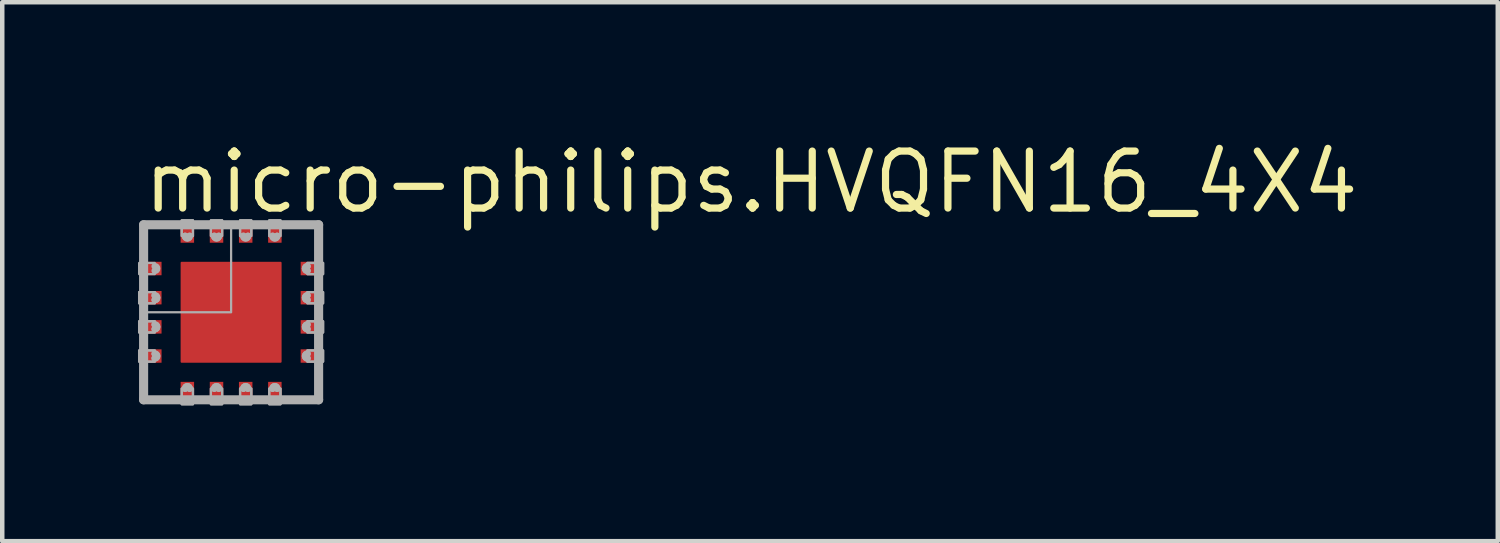
<source format=kicad_pcb>
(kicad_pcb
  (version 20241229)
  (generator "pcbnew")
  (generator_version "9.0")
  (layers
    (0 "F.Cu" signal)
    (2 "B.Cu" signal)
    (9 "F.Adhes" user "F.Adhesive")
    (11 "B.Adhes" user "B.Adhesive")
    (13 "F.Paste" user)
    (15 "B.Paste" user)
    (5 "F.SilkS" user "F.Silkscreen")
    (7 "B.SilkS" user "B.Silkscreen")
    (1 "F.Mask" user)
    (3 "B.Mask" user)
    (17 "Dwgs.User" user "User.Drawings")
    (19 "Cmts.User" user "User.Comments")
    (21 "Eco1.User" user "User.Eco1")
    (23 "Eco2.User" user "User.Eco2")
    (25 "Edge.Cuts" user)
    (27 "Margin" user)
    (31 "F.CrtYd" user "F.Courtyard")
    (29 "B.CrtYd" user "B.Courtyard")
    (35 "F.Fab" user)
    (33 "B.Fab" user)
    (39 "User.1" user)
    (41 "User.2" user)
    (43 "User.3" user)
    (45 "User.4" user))
  (footprint "micro-philips.HVQFN16_4X4"
    (layer "F.Cu")
    (at 2.1 3.909)
    (property "Reference" "micro-philips.HVQFN16_4X4" (at -2.032 -2.159 0) (layer "F.SilkS") (effects (font (size 1.27 1.27) (thickness 0.16)) (justify left bottom)))
    (attr smd)
    (fp_rect (start -2.075 -0.8) (end -1.7 -1.15) (stroke (width 0.05) (type default)) (fill yes) (layer "F.Mask"))
    (fp_rect (start -2.075 -0.15) (end -1.7 -0.5) (stroke (width 0.05) (type default)) (fill yes) (layer "F.Mask"))
    (fp_rect (start -2.075 0.5) (end -1.7 0.15) (stroke (width 0.05) (type default)) (fill yes) (layer "F.Mask"))
    (fp_rect (start -2.075 1.15) (end -1.7 0.8) (stroke (width 0.05) (type default)) (fill yes) (layer "F.Mask"))
    (fp_rect (start -1.2 1.2) (end 1.2 -1.2) (stroke (width 0.05) (type default)) (fill yes) (layer "F.Mask"))
    (fp_rect (start -1.15 -1.7) (end -0.8 -2.075) (stroke (width 0.05) (type default)) (fill yes) (layer "F.Mask"))
    (fp_rect (start -1.15 2.075) (end -0.8 1.7) (stroke (width 0.05) (type default)) (fill yes) (layer "F.Mask"))
    (fp_rect (start -0.5 -1.7) (end -0.15 -2.075) (stroke (width 0.05) (type default)) (fill yes) (layer "F.Mask"))
    (fp_rect (start -0.5 2.075) (end -0.15 1.7) (stroke (width 0.05) (type default)) (fill yes) (layer "F.Mask"))
    (fp_rect (start 0.15 -1.7) (end 0.5 -2.075) (stroke (width 0.05) (type default)) (fill yes) (layer "F.Mask"))
    (fp_rect (start 0.15 2.075) (end 0.5 1.7) (stroke (width 0.05) (type default)) (fill yes) (layer "F.Mask"))
    (fp_rect (start 0.8 -1.7) (end 1.15 -2.075) (stroke (width 0.05) (type default)) (fill yes) (layer "F.Mask"))
    (fp_rect (start 0.8 2.075) (end 1.15 1.7) (stroke (width 0.05) (type default)) (fill yes) (layer "F.Mask"))
    (fp_rect (start 1.7 -0.8) (end 2.075 -1.15) (stroke (width 0.05) (type default)) (fill yes) (layer "F.Mask"))
    (fp_rect (start 1.7 -0.15) (end 2.075 -0.5) (stroke (width 0.05) (type default)) (fill yes) (layer "F.Mask"))
    (fp_rect (start 1.7 0.5) (end 2.075 0.15) (stroke (width 0.05) (type default)) (fill yes) (layer "F.Mask"))
    (fp_rect (start 1.7 1.15) (end 2.075 0.8) (stroke (width 0.05) (type default)) (fill yes) (layer "F.Mask"))
    (fp_circle (center -1.7 -0.975) (end -1.525 -0.975) (stroke (width 0.1) (type default)) (fill no) (layer "F.Mask"))
    (fp_circle (center -1.7 -0.325) (end -1.525 -0.325) (stroke (width 0.1) (type default)) (fill no) (layer "F.Mask"))
    (fp_circle (center -1.7 0.325) (end -1.525 0.325) (stroke (width 0.1) (type default)) (fill no) (layer "F.Mask"))
    (fp_circle (center -1.7 0.975) (end -1.525 0.975) (stroke (width 0.1) (type default)) (fill no) (layer "F.Mask"))
    (fp_circle (center -0.975 -1.7) (end -0.8 -1.7) (stroke (width 0.1) (type default)) (fill no) (layer "F.Mask"))
    (fp_circle (center -0.975 1.7) (end -0.8 1.7) (stroke (width 0.1) (type default)) (fill no) (layer "F.Mask"))
    (fp_circle (center -0.325 -1.7) (end -0.15 -1.7) (stroke (width 0.1) (type default)) (fill no) (layer "F.Mask"))
    (fp_circle (center -0.325 1.7) (end -0.15 1.7) (stroke (width 0.1) (type default)) (fill no) (layer "F.Mask"))
    (fp_circle (center 0.325 -1.7) (end 0.5 -1.7) (stroke (width 0.1) (type default)) (fill no) (layer "F.Mask"))
    (fp_circle (center 0.325 1.7) (end 0.5 1.7) (stroke (width 0.1) (type default)) (fill no) (layer "F.Mask"))
    (fp_circle (center 0.975 -1.7) (end 1.15 -1.7) (stroke (width 0.1) (type default)) (fill no) (layer "F.Mask"))
    (fp_circle (center 0.975 1.7) (end 1.15 1.7) (stroke (width 0.1) (type default)) (fill no) (layer "F.Mask"))
    (fp_circle (center 1.7 -0.975) (end 1.875 -0.975) (stroke (width 0.1) (type default)) (fill no) (layer "F.Mask"))
    (fp_circle (center 1.7 -0.325) (end 1.875 -0.325) (stroke (width 0.1) (type default)) (fill no) (layer "F.Mask"))
    (fp_circle (center 1.7 0.325) (end 1.875 0.325) (stroke (width 0.1) (type default)) (fill no) (layer "F.Mask"))
    (fp_circle (center 1.7 0.975) (end 1.875 0.975) (stroke (width 0.1) (type default)) (fill no) (layer "F.Mask"))
    (fp_rect (start -2.025 -0.85) (end -1.7 -1.1) (stroke (width 0.05) (type default)) (fill yes) (layer "F.Paste"))
    (fp_rect (start -2.025 -0.2) (end -1.7 -0.45) (stroke (width 0.05) (type default)) (fill yes) (layer "F.Paste"))
    (fp_rect (start -2.025 0.45) (end -1.7 0.2) (stroke (width 0.05) (type default)) (fill yes) (layer "F.Paste"))
    (fp_rect (start -2.025 1.1) (end -1.7 0.85) (stroke (width 0.05) (type default)) (fill yes) (layer "F.Paste"))
    (fp_rect (start -1.1 -1.7) (end -0.85 -2.025) (stroke (width 0.05) (type default)) (fill yes) (layer "F.Paste"))
    (fp_rect (start -1.1 2.025) (end -0.85 1.7) (stroke (width 0.05) (type default)) (fill yes) (layer "F.Paste"))
    (fp_rect (start -1.05 1.05) (end 1.05 -1.05) (stroke (width 0.05) (type default)) (fill yes) (layer "F.Paste"))
    (fp_rect (start -0.45 -1.7) (end -0.2 -2.025) (stroke (width 0.05) (type default)) (fill yes) (layer "F.Paste"))
    (fp_rect (start -0.45 2.025) (end -0.2 1.7) (stroke (width 0.05) (type default)) (fill yes) (layer "F.Paste"))
    (fp_rect (start 0.2 -1.7) (end 0.45 -2.025) (stroke (width 0.05) (type default)) (fill yes) (layer "F.Paste"))
    (fp_rect (start 0.2 2.025) (end 0.45 1.7) (stroke (width 0.05) (type default)) (fill yes) (layer "F.Paste"))
    (fp_rect (start 0.85 -1.7) (end 1.1 -2.025) (stroke (width 0.05) (type default)) (fill yes) (layer "F.Paste"))
    (fp_rect (start 0.85 2.025) (end 1.1 1.7) (stroke (width 0.05) (type default)) (fill yes) (layer "F.Paste"))
    (fp_rect (start 1.7 -0.85) (end 2.025 -1.1) (stroke (width 0.05) (type default)) (fill yes) (layer "F.Paste"))
    (fp_rect (start 1.7 -0.2) (end 2.025 -0.45) (stroke (width 0.05) (type default)) (fill yes) (layer "F.Paste"))
    (fp_rect (start 1.7 0.45) (end 2.025 0.2) (stroke (width 0.05) (type default)) (fill yes) (layer "F.Paste"))
    (fp_rect (start 1.7 1.1) (end 2.025 0.85) (stroke (width 0.05) (type default)) (fill yes) (layer "F.Paste"))
    (fp_circle (center -1.7 -0.975) (end -1.575 -0.975) (stroke (width 0.1) (type default)) (fill no) (layer "F.Paste"))
    (fp_circle (center -1.7 -0.325) (end -1.575 -0.325) (stroke (width 0.1) (type default)) (fill no) (layer "F.Paste"))
    (fp_circle (center -1.7 0.325) (end -1.575 0.325) (stroke (width 0.1) (type default)) (fill no) (layer "F.Paste"))
    (fp_circle (center -1.7 0.975) (end -1.575 0.975) (stroke (width 0.1) (type default)) (fill no) (layer "F.Paste"))
    (fp_circle (center -0.975 -1.7) (end -0.85 -1.7) (stroke (width 0.1) (type default)) (fill no) (layer "F.Paste"))
    (fp_circle (center -0.975 1.7) (end -0.85 1.7) (stroke (width 0.1) (type default)) (fill no) (layer "F.Paste"))
    (fp_circle (center -0.325 -1.7) (end -0.2 -1.7) (stroke (width 0.1) (type default)) (fill no) (layer "F.Paste"))
    (fp_circle (center -0.325 1.7) (end -0.2 1.7) (stroke (width 0.1) (type default)) (fill no) (layer "F.Paste"))
    (fp_circle (center 0.325 -1.7) (end 0.45 -1.7) (stroke (width 0.1) (type default)) (fill no) (layer "F.Paste"))
    (fp_circle (center 0.325 1.7) (end 0.45 1.7) (stroke (width 0.1) (type default)) (fill no) (layer "F.Paste"))
    (fp_circle (center 0.975 -1.7) (end 1.1 -1.7) (stroke (width 0.1) (type default)) (fill no) (layer "F.Paste"))
    (fp_circle (center 0.975 1.7) (end 1.1 1.7) (stroke (width 0.1) (type default)) (fill no) (layer "F.Paste"))
    (fp_circle (center 1.7 -0.975) (end 1.825 -0.975) (stroke (width 0.1) (type default)) (fill no) (layer "F.Paste"))
    (fp_circle (center 1.7 -0.325) (end 1.825 -0.325) (stroke (width 0.1) (type default)) (fill no) (layer "F.Paste"))
    (fp_circle (center 1.7 0.325) (end 1.825 0.325) (stroke (width 0.1) (type default)) (fill no) (layer "F.Paste"))
    (fp_circle (center 1.7 0.975) (end 1.825 0.975) (stroke (width 0.1) (type default)) (fill no) (layer "F.Paste"))
    (fp_line (start -1.95 -1.95) (end 1.95 -1.95) (stroke (width 0.203) (type default)) (layer "F.Fab"))
    (fp_line (start -1.95 1.95) (end -1.95 -1.95) (stroke (width 0.203) (type default)) (layer "F.Fab"))
    (fp_line (start 1.95 -1.95) (end 1.95 1.95) (stroke (width 0.203) (type default)) (layer "F.Fab"))
    (fp_line (start 1.95 1.95) (end -1.95 1.95) (stroke (width 0.203) (type default)) (layer "F.Fab"))
    (fp_rect (start -2.05 -0.85) (end -1.7 -1.1) (stroke (width 0.05) (type default)) (fill no) (layer "F.Fab"))
    (fp_rect (start -2.05 -0.2) (end -1.7 -0.45) (stroke (width 0.05) (type default)) (fill no) (layer "F.Fab"))
    (fp_rect (start -2.05 -0.2) (end -1.7 -0.45) (stroke (width 0.05) (type default)) (fill no) (layer "F.Fab"))
    (fp_rect (start -2.05 0.45) (end -1.7 0.2) (stroke (width 0.05) (type default)) (fill no) (layer "F.Fab"))
    (fp_rect (start -2.05 0.45) (end -1.7 0.2) (stroke (width 0.05) (type default)) (fill no) (layer "F.Fab"))
    (fp_rect (start -2.05 1.1) (end -1.7 0.85) (stroke (width 0.05) (type default)) (fill no) (layer "F.Fab"))
    (fp_rect (start -2.05 1.1) (end -1.7 0.85) (stroke (width 0.05) (type default)) (fill no) (layer "F.Fab"))
    (fp_rect (start -1.9 0) (end 0 -1.9) (stroke (width 0.05) (type default)) (fill no) (layer "F.Fab"))
    (fp_rect (start -1.1 -1.7) (end -0.85 -2.05) (stroke (width 0.05) (type default)) (fill no) (layer "F.Fab"))
    (fp_rect (start -1.1 -1.7) (end -0.85 -2.05) (stroke (width 0.05) (type default)) (fill no) (layer "F.Fab"))
    (fp_rect (start -1.1 2.05) (end -0.85 1.7) (stroke (width 0.05) (type default)) (fill no) (layer "F.Fab"))
    (fp_rect (start -1.1 2.05) (end -0.85 1.7) (stroke (width 0.05) (type default)) (fill no) (layer "F.Fab"))
    (fp_rect (start -0.45 -1.7) (end -0.2 -2.05) (stroke (width 0.05) (type default)) (fill no) (layer "F.Fab"))
    (fp_rect (start -0.45 -1.7) (end -0.2 -2.05) (stroke (width 0.05) (type default)) (fill no) (layer "F.Fab"))
    (fp_rect (start -0.45 2.05) (end -0.2 1.7) (stroke (width 0.05) (type default)) (fill no) (layer "F.Fab"))
    (fp_rect (start -0.45 2.05) (end -0.2 1.7) (stroke (width 0.05) (type default)) (fill no) (layer "F.Fab"))
    (fp_rect (start 0.2 -1.7) (end 0.45 -2.05) (stroke (width 0.05) (type default)) (fill no) (layer "F.Fab"))
    (fp_rect (start 0.2 -1.7) (end 0.45 -2.05) (stroke (width 0.05) (type default)) (fill no) (layer "F.Fab"))
    (fp_rect (start 0.2 2.05) (end 0.45 1.7) (stroke (width 0.05) (type default)) (fill no) (layer "F.Fab"))
    (fp_rect (start 0.2 2.05) (end 0.45 1.7) (stroke (width 0.05) (type default)) (fill no) (layer "F.Fab"))
    (fp_rect (start 0.85 -1.7) (end 1.1 -2.05) (stroke (width 0.05) (type default)) (fill no) (layer "F.Fab"))
    (fp_rect (start 0.85 -1.7) (end 1.1 -2.05) (stroke (width 0.05) (type default)) (fill no) (layer "F.Fab"))
    (fp_rect (start 0.85 2.05) (end 1.1 1.7) (stroke (width 0.05) (type default)) (fill no) (layer "F.Fab"))
    (fp_rect (start 0.85 2.05) (end 1.1 1.7) (stroke (width 0.05) (type default)) (fill no) (layer "F.Fab"))
    (fp_rect (start 1.7 -0.85) (end 2.05 -1.1) (stroke (width 0.05) (type default)) (fill no) (layer "F.Fab"))
    (fp_rect (start 1.7 -0.85) (end 2.05 -1.1) (stroke (width 0.05) (type default)) (fill no) (layer "F.Fab"))
    (fp_rect (start 1.7 -0.2) (end 2.05 -0.45) (stroke (width 0.05) (type default)) (fill no) (layer "F.Fab"))
    (fp_rect (start 1.7 -0.2) (end 2.05 -0.45) (stroke (width 0.05) (type default)) (fill no) (layer "F.Fab"))
    (fp_rect (start 1.7 0.45) (end 2.05 0.2) (stroke (width 0.05) (type default)) (fill no) (layer "F.Fab"))
    (fp_rect (start 1.7 0.45) (end 2.05 0.2) (stroke (width 0.05) (type default)) (fill no) (layer "F.Fab"))
    (fp_rect (start 1.7 1.1) (end 2.05 0.85) (stroke (width 0.05) (type default)) (fill no) (layer "F.Fab"))
    (fp_rect (start 1.7 1.1) (end 2.05 0.85) (stroke (width 0.05) (type default)) (fill no) (layer "F.Fab"))
    (fp_arc (start -1.7 -1.025) (mid -1.65 -0.975) (end -1.7 -0.925) (stroke (width 0.15) (type default)) (layer "F.Fab"))
    (fp_arc (start -1.7 -0.375) (mid -1.65 -0.325) (end -1.7 -0.275) (stroke (width 0.15) (type default)) (layer "F.Fab"))
    (fp_arc (start -1.7 -0.375) (mid -1.65 -0.325) (end -1.7 -0.275) (stroke (width 0.15) (type default)) (layer "F.Fab"))
    (fp_arc (start -1.7 0.275) (mid -1.65 0.325) (end -1.7 0.375) (stroke (width 0.15) (type default)) (layer "F.Fab"))
    (fp_arc (start -1.7 0.275) (mid -1.65 0.325) (end -1.7 0.375) (stroke (width 0.15) (type default)) (layer "F.Fab"))
    (fp_arc (start -1.7 0.925) (mid -1.65 0.975) (end -1.7 1.025) (stroke (width 0.15) (type default)) (layer "F.Fab"))
    (fp_arc (start -1.7 0.925) (mid -1.65 0.975) (end -1.7 1.025) (stroke (width 0.15) (type default)) (layer "F.Fab"))
    (fp_arc (start -1.025 1.7) (mid -0.975 1.65) (end -0.925 1.7) (stroke (width 0.15) (type default)) (layer "F.Fab"))
    (fp_arc (start -1.025 1.7) (mid -0.975 1.65) (end -0.925 1.7) (stroke (width 0.15) (type default)) (layer "F.Fab"))
    (fp_arc (start -0.925 -1.7) (mid -0.975 -1.65) (end -1.025 -1.7) (stroke (width 0.15) (type default)) (layer "F.Fab"))
    (fp_arc (start -0.925 -1.7) (mid -0.975 -1.65) (end -1.025 -1.7) (stroke (width 0.15) (type default)) (layer "F.Fab"))
    (fp_arc (start -0.375 1.7) (mid -0.325 1.65) (end -0.275 1.7) (stroke (width 0.15) (type default)) (layer "F.Fab"))
    (fp_arc (start -0.375 1.7) (mid -0.325 1.65) (end -0.275 1.7) (stroke (width 0.15) (type default)) (layer "F.Fab"))
    (fp_arc (start -0.275 -1.7) (mid -0.325 -1.65) (end -0.375 -1.7) (stroke (width 0.15) (type default)) (layer "F.Fab"))
    (fp_arc (start -0.275 -1.7) (mid -0.325 -1.65) (end -0.375 -1.7) (stroke (width 0.15) (type default)) (layer "F.Fab"))
    (fp_arc (start 0.275 1.7) (mid 0.325 1.65) (end 0.375 1.7) (stroke (width 0.15) (type default)) (layer "F.Fab"))
    (fp_arc (start 0.275 1.7) (mid 0.325 1.65) (end 0.375 1.7) (stroke (width 0.15) (type default)) (layer "F.Fab"))
    (fp_arc (start 0.375 -1.7) (mid 0.325 -1.65) (end 0.275 -1.7) (stroke (width 0.15) (type default)) (layer "F.Fab"))
    (fp_arc (start 0.375 -1.7) (mid 0.325 -1.65) (end 0.275 -1.7) (stroke (width 0.15) (type default)) (layer "F.Fab"))
    (fp_arc (start 0.925 1.7) (mid 0.975 1.65) (end 1.025 1.7) (stroke (width 0.15) (type default)) (layer "F.Fab"))
    (fp_arc (start 0.925 1.7) (mid 0.975 1.65) (end 1.025 1.7) (stroke (width 0.15) (type default)) (layer "F.Fab"))
    (fp_arc (start 1.025 -1.7) (mid 0.975 -1.65) (end 0.925 -1.7) (stroke (width 0.15) (type default)) (layer "F.Fab"))
    (fp_arc (start 1.025 -1.7) (mid 0.975 -1.65) (end 0.925 -1.7) (stroke (width 0.15) (type default)) (layer "F.Fab"))
    (fp_arc (start 1.7 -0.925) (mid 1.65 -0.975) (end 1.7 -1.025) (stroke (width 0.15) (type default)) (layer "F.Fab"))
    (fp_arc (start 1.7 -0.925) (mid 1.65 -0.975) (end 1.7 -1.025) (stroke (width 0.15) (type default)) (layer "F.Fab"))
    (fp_arc (start 1.7 -0.275) (mid 1.65 -0.325) (end 1.7 -0.375) (stroke (width 0.15) (type default)) (layer "F.Fab"))
    (fp_arc (start 1.7 -0.275) (mid 1.65 -0.325) (end 1.7 -0.375) (stroke (width 0.15) (type default)) (layer "F.Fab"))
    (fp_arc (start 1.7 0.375) (mid 1.65 0.325) (end 1.7 0.275) (stroke (width 0.15) (type default)) (layer "F.Fab"))
    (fp_arc (start 1.7 0.375) (mid 1.65 0.325) (end 1.7 0.275) (stroke (width 0.15) (type default)) (layer "F.Fab"))
    (fp_arc (start 1.7 1.025) (mid 1.65 0.975) (end 1.7 0.925) (stroke (width 0.15) (type default)) (layer "F.Fab"))
    (fp_arc (start 1.7 1.025) (mid 1.65 0.975) (end 1.7 0.925) (stroke (width 0.15) (type default)) (layer "F.Fab"))
    (pad "1" smd roundrect (at -1.8 -0.975 90) (size 0.3 0.5) (layers "F.Cu" "F.Mask" "F.Paste") (roundrect_rratio 0.01))
    (pad "2" smd roundrect (at -1.8 -0.325 90) (size 0.3 0.5) (layers "F.Cu" "F.Mask" "F.Paste") (roundrect_rratio 0.01))
    (pad "3" smd roundrect (at -1.8 0.325 90) (size 0.3 0.5) (layers "F.Cu" "F.Mask" "F.Paste") (roundrect_rratio 0.01))
    (pad "4" smd roundrect (at -1.8 0.975 90) (size 0.3 0.5) (layers "F.Cu" "F.Mask" "F.Paste") (roundrect_rratio 0.01))
    (pad "5" smd roundrect (at -0.975 1.8 180) (size 0.3 0.5) (layers "F.Cu" "F.Mask" "F.Paste") (roundrect_rratio 0.01))
    (pad "6" smd roundrect (at -0.325 1.8 180) (size 0.3 0.5) (layers "F.Cu" "F.Mask" "F.Paste") (roundrect_rratio 0.01))
    (pad "7" smd roundrect (at 0.325 1.8 180) (size 0.3 0.5) (layers "F.Cu" "F.Mask" "F.Paste") (roundrect_rratio 0.01))
    (pad "8" smd roundrect (at 0.975 1.8 180) (size 0.3 0.5) (layers "F.Cu" "F.Mask" "F.Paste") (roundrect_rratio 0.01))
    (pad "9" smd roundrect (at 1.8 0.975 270) (size 0.3 0.5) (layers "F.Cu" "F.Mask" "F.Paste") (roundrect_rratio 0.01))
    (pad "10" smd roundrect (at 1.8 0.325 270) (size 0.3 0.5) (layers "F.Cu" "F.Mask" "F.Paste") (roundrect_rratio 0.01))
    (pad "11" smd roundrect (at 1.8 -0.325 270) (size 0.3 0.5) (layers "F.Cu" "F.Mask" "F.Paste") (roundrect_rratio 0.01))
    (pad "12" smd roundrect (at 1.8 -0.975 270) (size 0.3 0.5) (layers "F.Cu" "F.Mask" "F.Paste") (roundrect_rratio 0.01))
    (pad "13" smd roundrect (at 0.975 -1.8) (size 0.3 0.5) (layers "F.Cu" "F.Mask" "F.Paste") (roundrect_rratio 0.01))
    (pad "14" smd roundrect (at 0.325 -1.8) (size 0.3 0.5) (layers "F.Cu" "F.Mask" "F.Paste") (roundrect_rratio 0.01))
    (pad "15" smd roundrect (at -0.325 -1.8) (size 0.3 0.5) (layers "F.Cu" "F.Mask" "F.Paste") (roundrect_rratio 0.01))
    (pad "16" smd roundrect (at -0.975 -1.8) (size 0.3 0.5) (layers "F.Cu" "F.Mask" "F.Paste") (roundrect_rratio 0.01))
    (pad "TH" smd roundrect (at 0 0) (size 2.25 2.25) (layers "F.Cu" "F.Mask" "F.Paste") (roundrect_rratio 0.01)))
  (gr_rect
    (start -3 -3)
    (end 30.327 9.009)
    (stroke (width 0.1) (type default))
    (fill no)
    (layer "Edge.Cuts")))
</source>
